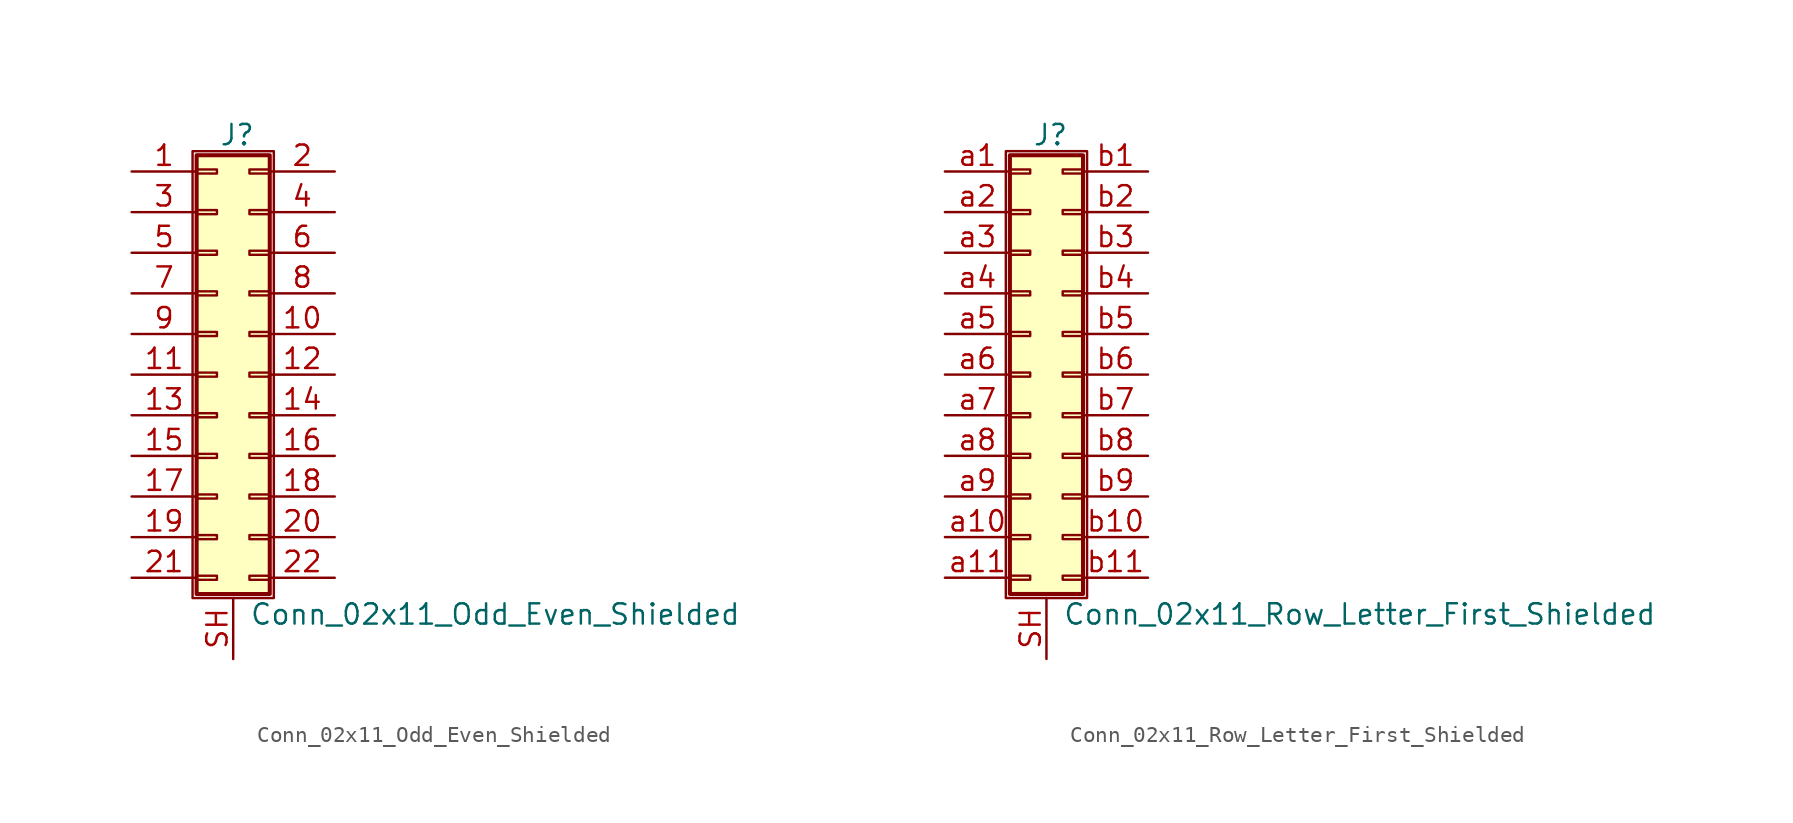
<source format=kicad_sym>
(kicad_symbol_lib
  (version 20201005)
  (generator kicad_symbol_editor)
  (symbol "Connector_Generic_Shielded:Conn_02x11_Odd_Even_Shielded"
    (pin_names
      (offset 1.016) hide)
    (property "Reference" "J"
      (at 1.524 14.986 0)
      (effects (font (size 1.27 1.27))))
    (property "Value" "Conn_02x11_Odd_Even_Shielded"
      (at 2.286 -14.986 0)
      (effects (font (size 1.27 1.27)) (justify left)))
    (symbol "Conn_02x11_Odd_Even_Shielded_1_1"
      (rectangle (start -1.016 -4.953) (end 0.254 -5.207) (stroke (width 0.152)) (fill (type none)))
      (rectangle (start -1.016 -7.493) (end 0.254 -7.747) (stroke (width 0.152)) (fill (type none)))
      (rectangle (start -1.016 -10.033) (end 0.254 -10.287) (stroke (width 0.152)) (fill (type none)))
      (rectangle (start -1.016 -12.573) (end 0.254 -12.827) (stroke (width 0.152)) (fill (type none)))
      (rectangle (start -1.016 -2.413) (end 0.254 -2.667) (stroke (width 0.152)) (fill (type none)))
      (rectangle (start -1.016 2.667) (end 0.254 2.413) (stroke (width 0.152)) (fill (type none)))
      (rectangle (start -1.016 5.207) (end 0.254 4.953) (stroke (width 0.152)) (fill (type none)))
      (rectangle (start -1.016 7.747) (end 0.254 7.493) (stroke (width 0.152)) (fill (type none)))
      (rectangle (start -1.016 10.287) (end 0.254 10.033) (stroke (width 0.152)) (fill (type none)))
      (rectangle (start -1.016 0.127) (end 0.254 -0.127) (stroke (width 0.152)) (fill (type none)))
      (rectangle (start -1.016 12.827) (end 0.254 12.573) (stroke (width 0.152)) (fill (type none)))
      (rectangle (start -1.016 13.716) (end 3.556 -13.716) (stroke (width 0.254)) (fill (type background)))
      (rectangle (start -1.27 13.97) (end 3.81 -13.97) (stroke (width 0.152)) (fill (type none)))
      (rectangle (start 3.556 -4.953) (end 2.286 -5.207) (stroke (width 0.152)) (fill (type none)))
      (rectangle (start 3.556 -7.493) (end 2.286 -7.747) (stroke (width 0.152)) (fill (type none)))
      (rectangle (start 3.556 -10.033) (end 2.286 -10.287) (stroke (width 0.152)) (fill (type none)))
      (rectangle (start 3.556 -12.573) (end 2.286 -12.827) (stroke (width 0.152)) (fill (type none)))
      (rectangle (start 3.556 -2.413) (end 2.286 -2.667) (stroke (width 0.152)) (fill (type none)))
      (rectangle (start 3.556 2.667) (end 2.286 2.413) (stroke (width 0.152)) (fill (type none)))
      (rectangle (start 3.556 5.207) (end 2.286 4.953) (stroke (width 0.152)) (fill (type none)))
      (rectangle (start 3.556 7.747) (end 2.286 7.493) (stroke (width 0.152)) (fill (type none)))
      (rectangle (start 3.556 10.287) (end 2.286 10.033) (stroke (width 0.152)) (fill (type none)))
      (rectangle (start 3.556 0.127) (end 2.286 -0.127) (stroke (width 0.152)) (fill (type none)))
      (rectangle (start 3.556 12.827) (end 2.286 12.573) (stroke (width 0.152)) (fill (type none)))
      (pin passive line (at -5.08 12.7 0) (length 4.064) (name "Pin_1" (effects (font (size 1.27 1.27)))) (number "1" (effects (font (size 1.27 1.27)))))
      (pin passive line (at 7.62 2.54 180) (length 4.064) (name "Pin_10" (effects (font (size 1.27 1.27)))) (number "10" (effects (font (size 1.27 1.27)))))
      (pin passive line (at -5.08 0 0) (length 4.064) (name "Pin_11" (effects (font (size 1.27 1.27)))) (number "11" (effects (font (size 1.27 1.27)))))
      (pin passive line (at 7.62 0 180) (length 4.064) (name "Pin_12" (effects (font (size 1.27 1.27)))) (number "12" (effects (font (size 1.27 1.27)))))
      (pin passive line (at -5.08 -2.54 0) (length 4.064) (name "Pin_13" (effects (font (size 1.27 1.27)))) (number "13" (effects (font (size 1.27 1.27)))))
      (pin passive line (at 7.62 -2.54 180) (length 4.064) (name "Pin_14" (effects (font (size 1.27 1.27)))) (number "14" (effects (font (size 1.27 1.27)))))
      (pin passive line (at -5.08 -5.08 0) (length 4.064) (name "Pin_15" (effects (font (size 1.27 1.27)))) (number "15" (effects (font (size 1.27 1.27)))))
      (pin passive line (at 7.62 -5.08 180) (length 4.064) (name "Pin_16" (effects (font (size 1.27 1.27)))) (number "16" (effects (font (size 1.27 1.27)))))
      (pin passive line (at -5.08 -7.62 0) (length 4.064) (name "Pin_17" (effects (font (size 1.27 1.27)))) (number "17" (effects (font (size 1.27 1.27)))))
      (pin passive line (at 7.62 -7.62 180) (length 4.064) (name "Pin_18" (effects (font (size 1.27 1.27)))) (number "18" (effects (font (size 1.27 1.27)))))
      (pin passive line (at -5.08 -10.16 0) (length 4.064) (name "Pin_19" (effects (font (size 1.27 1.27)))) (number "19" (effects (font (size 1.27 1.27)))))
      (pin passive line (at 7.62 12.7 180) (length 4.064) (name "Pin_2" (effects (font (size 1.27 1.27)))) (number "2" (effects (font (size 1.27 1.27)))))
      (pin passive line (at 7.62 -10.16 180) (length 4.064) (name "Pin_20" (effects (font (size 1.27 1.27)))) (number "20" (effects (font (size 1.27 1.27)))))
      (pin passive line (at -5.08 -12.7 0) (length 4.064) (name "Pin_21" (effects (font (size 1.27 1.27)))) (number "21" (effects (font (size 1.27 1.27)))))
      (pin passive line (at 7.62 -12.7 180) (length 4.064) (name "Pin_22" (effects (font (size 1.27 1.27)))) (number "22" (effects (font (size 1.27 1.27)))))
      (pin passive line (at -5.08 10.16 0) (length 4.064) (name "Pin_3" (effects (font (size 1.27 1.27)))) (number "3" (effects (font (size 1.27 1.27)))))
      (pin passive line (at 7.62 10.16 180) (length 4.064) (name "Pin_4" (effects (font (size 1.27 1.27)))) (number "4" (effects (font (size 1.27 1.27)))))
      (pin passive line (at -5.08 7.62 0) (length 4.064) (name "Pin_5" (effects (font (size 1.27 1.27)))) (number "5" (effects (font (size 1.27 1.27)))))
      (pin passive line (at 7.62 7.62 180) (length 4.064) (name "Pin_6" (effects (font (size 1.27 1.27)))) (number "6" (effects (font (size 1.27 1.27)))))
      (pin passive line (at -5.08 5.08 0) (length 4.064) (name "Pin_7" (effects (font (size 1.27 1.27)))) (number "7" (effects (font (size 1.27 1.27)))))
      (pin passive line (at 7.62 5.08 180) (length 4.064) (name "Pin_8" (effects (font (size 1.27 1.27)))) (number "8" (effects (font (size 1.27 1.27)))))
      (pin passive line (at -5.08 2.54 0) (length 4.064) (name "Pin_9" (effects (font (size 1.27 1.27)))) (number "9" (effects (font (size 1.27 1.27)))))
      (pin passive line (at 1.27 -17.78 90) (length 3.81) (name "Shield" (effects (font (size 1.27 1.27)))) (number "SH" (effects (font (size 1.27 1.27)))))))
  (symbol "Connector_Generic_Shielded:Conn_02x11_Row_Letter_First_Shielded"
    (pin_names
      (offset 1.016) hide)
    (property "Reference" "J"
      (at 1.524 14.986 0)
      (effects (font (size 1.27 1.27))))
    (property "Value" "Conn_02x11_Row_Letter_First_Shielded"
      (at 2.286 -14.986 0)
      (effects (font (size 1.27 1.27)) (justify left)))
    (symbol "Conn_02x11_Row_Letter_First_Shielded_1_1"
      (rectangle (start -1.016 -4.953) (end 0.254 -5.207) (stroke (width 0.152)) (fill (type none)))
      (rectangle (start -1.016 -7.493) (end 0.254 -7.747) (stroke (width 0.152)) (fill (type none)))
      (rectangle (start -1.016 -10.033) (end 0.254 -10.287) (stroke (width 0.152)) (fill (type none)))
      (rectangle (start -1.016 -12.573) (end 0.254 -12.827) (stroke (width 0.152)) (fill (type none)))
      (rectangle (start -1.016 -2.413) (end 0.254 -2.667) (stroke (width 0.152)) (fill (type none)))
      (rectangle (start -1.016 2.667) (end 0.254 2.413) (stroke (width 0.152)) (fill (type none)))
      (rectangle (start -1.016 5.207) (end 0.254 4.953) (stroke (width 0.152)) (fill (type none)))
      (rectangle (start -1.016 7.747) (end 0.254 7.493) (stroke (width 0.152)) (fill (type none)))
      (rectangle (start -1.016 10.287) (end 0.254 10.033) (stroke (width 0.152)) (fill (type none)))
      (rectangle (start -1.016 0.127) (end 0.254 -0.127) (stroke (width 0.152)) (fill (type none)))
      (rectangle (start -1.016 12.827) (end 0.254 12.573) (stroke (width 0.152)) (fill (type none)))
      (rectangle (start -1.016 13.716) (end 3.556 -13.716) (stroke (width 0.254)) (fill (type background)))
      (rectangle (start -1.27 13.97) (end 3.81 -13.97) (stroke (width 0.152)) (fill (type none)))
      (rectangle (start 3.556 -4.953) (end 2.286 -5.207) (stroke (width 0.152)) (fill (type none)))
      (rectangle (start 3.556 -7.493) (end 2.286 -7.747) (stroke (width 0.152)) (fill (type none)))
      (rectangle (start 3.556 -10.033) (end 2.286 -10.287) (stroke (width 0.152)) (fill (type none)))
      (rectangle (start 3.556 -12.573) (end 2.286 -12.827) (stroke (width 0.152)) (fill (type none)))
      (rectangle (start 3.556 -2.413) (end 2.286 -2.667) (stroke (width 0.152)) (fill (type none)))
      (rectangle (start 3.556 2.667) (end 2.286 2.413) (stroke (width 0.152)) (fill (type none)))
      (rectangle (start 3.556 5.207) (end 2.286 4.953) (stroke (width 0.152)) (fill (type none)))
      (rectangle (start 3.556 7.747) (end 2.286 7.493) (stroke (width 0.152)) (fill (type none)))
      (rectangle (start 3.556 10.287) (end 2.286 10.033) (stroke (width 0.152)) (fill (type none)))
      (rectangle (start 3.556 0.127) (end 2.286 -0.127) (stroke (width 0.152)) (fill (type none)))
      (rectangle (start 3.556 12.827) (end 2.286 12.573) (stroke (width 0.152)) (fill (type none)))
      (pin passive line (at -5.08 12.7 0) (length 4.064) (name "Pin_a1" (effects (font (size 1.27 1.27)))) (number "a1" (effects (font (size 1.27 1.27)))))
      (pin passive line (at -5.08 -10.16 0) (length 4.064) (name "Pin_a10" (effects (font (size 1.27 1.27)))) (number "a10" (effects (font (size 1.27 1.27)))))
      (pin passive line (at -5.08 -12.7 0) (length 4.064) (name "Pin_a11" (effects (font (size 1.27 1.27)))) (number "a11" (effects (font (size 1.27 1.27)))))
      (pin passive line (at -5.08 10.16 0) (length 4.064) (name "Pin_a2" (effects (font (size 1.27 1.27)))) (number "a2" (effects (font (size 1.27 1.27)))))
      (pin passive line (at -5.08 7.62 0) (length 4.064) (name "Pin_a3" (effects (font (size 1.27 1.27)))) (number "a3" (effects (font (size 1.27 1.27)))))
      (pin passive line (at -5.08 5.08 0) (length 4.064) (name "Pin_a4" (effects (font (size 1.27 1.27)))) (number "a4" (effects (font (size 1.27 1.27)))))
      (pin passive line (at -5.08 2.54 0) (length 4.064) (name "Pin_a5" (effects (font (size 1.27 1.27)))) (number "a5" (effects (font (size 1.27 1.27)))))
      (pin passive line (at -5.08 0 0) (length 4.064) (name "Pin_a6" (effects (font (size 1.27 1.27)))) (number "a6" (effects (font (size 1.27 1.27)))))
      (pin passive line (at -5.08 -2.54 0) (length 4.064) (name "Pin_a7" (effects (font (size 1.27 1.27)))) (number "a7" (effects (font (size 1.27 1.27)))))
      (pin passive line (at -5.08 -5.08 0) (length 4.064) (name "Pin_a8" (effects (font (size 1.27 1.27)))) (number "a8" (effects (font (size 1.27 1.27)))))
      (pin passive line (at -5.08 -7.62 0) (length 4.064) (name "Pin_a9" (effects (font (size 1.27 1.27)))) (number "a9" (effects (font (size 1.27 1.27)))))
      (pin passive line (at 7.62 12.7 180) (length 4.064) (name "Pin_b1" (effects (font (size 1.27 1.27)))) (number "b1" (effects (font (size 1.27 1.27)))))
      (pin passive line (at 7.62 -10.16 180) (length 4.064) (name "Pin_b10" (effects (font (size 1.27 1.27)))) (number "b10" (effects (font (size 1.27 1.27)))))
      (pin passive line (at 7.62 -12.7 180) (length 4.064) (name "Pin_b11" (effects (font (size 1.27 1.27)))) (number "b11" (effects (font (size 1.27 1.27)))))
      (pin passive line (at 7.62 10.16 180) (length 4.064) (name "Pin_b2" (effects (font (size 1.27 1.27)))) (number "b2" (effects (font (size 1.27 1.27)))))
      (pin passive line (at 7.62 7.62 180) (length 4.064) (name "Pin_b3" (effects (font (size 1.27 1.27)))) (number "b3" (effects (font (size 1.27 1.27)))))
      (pin passive line (at 7.62 5.08 180) (length 4.064) (name "Pin_b4" (effects (font (size 1.27 1.27)))) (number "b4" (effects (font (size 1.27 1.27)))))
      (pin passive line (at 7.62 2.54 180) (length 4.064) (name "Pin_b5" (effects (font (size 1.27 1.27)))) (number "b5" (effects (font (size 1.27 1.27)))))
      (pin passive line (at 7.62 0 180) (length 4.064) (name "Pin_b6" (effects (font (size 1.27 1.27)))) (number "b6" (effects (font (size 1.27 1.27)))))
      (pin passive line (at 7.62 -2.54 180) (length 4.064) (name "Pin_b7" (effects (font (size 1.27 1.27)))) (number "b7" (effects (font (size 1.27 1.27)))))
      (pin passive line (at 7.62 -5.08 180) (length 4.064) (name "Pin_b8" (effects (font (size 1.27 1.27)))) (number "b8" (effects (font (size 1.27 1.27)))))
      (pin passive line (at 7.62 -7.62 180) (length 4.064) (name "Pin_b9" (effects (font (size 1.27 1.27)))) (number "b9" (effects (font (size 1.27 1.27)))))
      (pin passive line (at 1.27 -17.78 90) (length 3.81) (name "Shield" (effects (font (size 1.27 1.27)))) (number "SH" (effects (font (size 1.27 1.27))))))))
</source>
